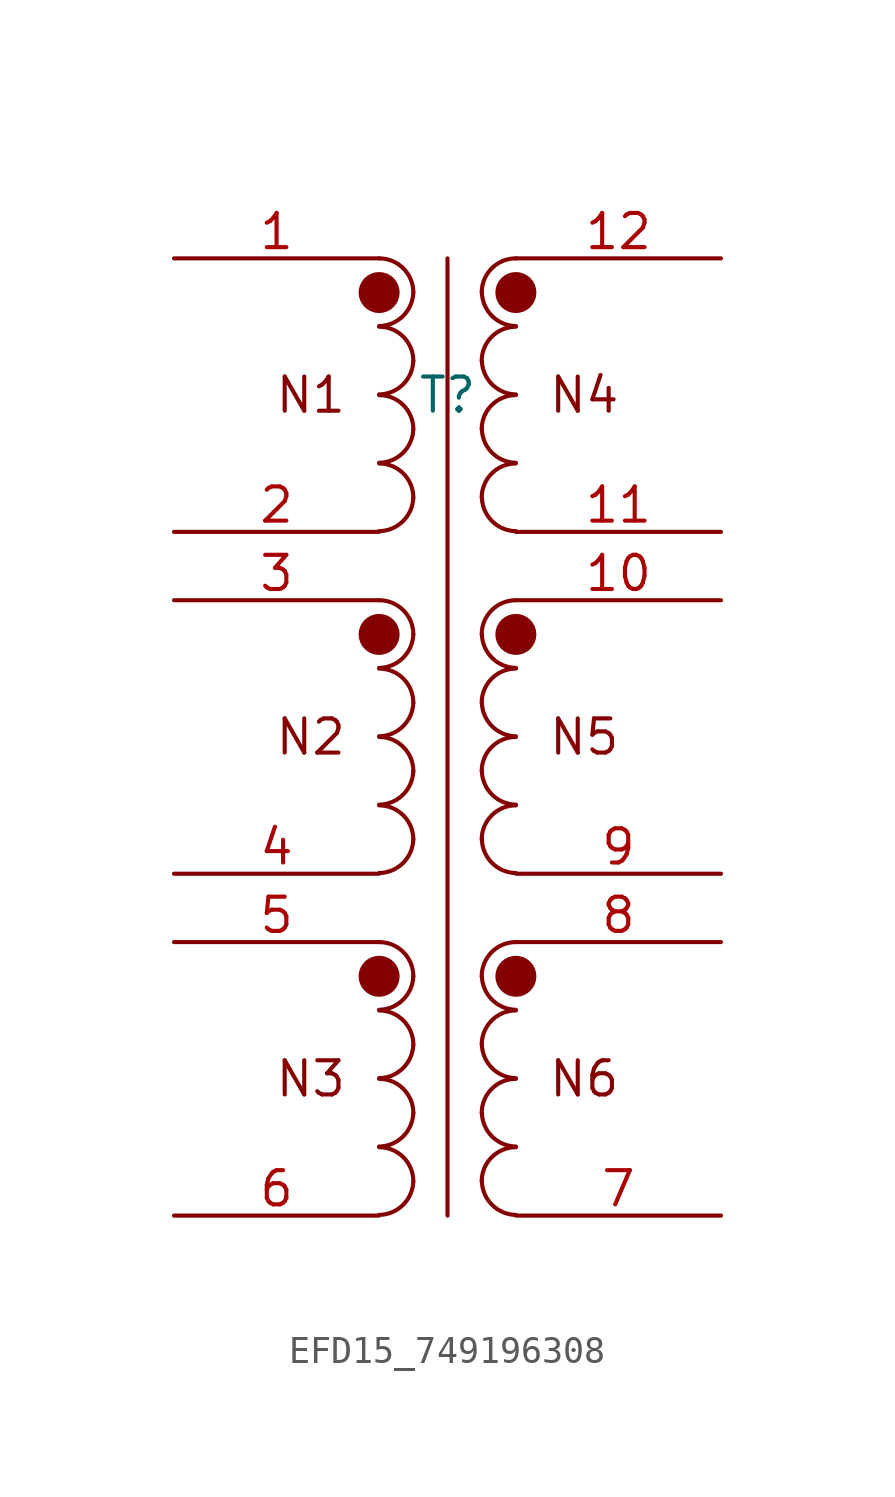
<source format=kicad_sym>
(kicad_symbol_lib
  (version 20220914)
  (generator kicad_symbol_editor)
  (symbol "EFD15_749196308"
    (pin_names hide)
    (property "Reference" "T"
      (at 0 12.7 0)
      (effects (font (size 1.27 1.27))))
    (property "Critical Parameter" ""
      (at 0 -5.08 0)
      (effects (font (size 1.27 1.27)) (justify left)))
    (symbol "EFD15_749196308_0_1"
      (arc (start -2.54 -17.7546) (mid -1.6561 -17.3863) (end -1.27 -16.51) (stroke (width 0) (type default)) (fill (type none)))
      (arc (start -2.54 -15.2146) (mid -1.6561 -14.8463) (end -1.27 -13.97) (stroke (width 0) (type default)) (fill (type none)))
      (arc (start -2.54 -12.6746) (mid -1.6561 -12.3063) (end -1.27 -11.43) (stroke (width 0) (type default)) (fill (type none)))
      (arc (start -2.54 -10.1346) (mid -1.6561 -9.7663) (end -1.27 -8.89) (stroke (width 0) (type default)) (fill (type none)))
      (arc (start -2.54 -5.0546) (mid -1.6561 -4.6863) (end -1.27 -3.81) (stroke (width 0) (type default)) (fill (type none)))
      (arc (start -2.54 -2.5146) (mid -1.6561 -2.1463) (end -1.27 -1.27) (stroke (width 0) (type default)) (fill (type none)))
      (arc (start -2.54 0.0254) (mid -1.6561 0.3937) (end -1.27 1.27) (stroke (width 0) (type default)) (fill (type none)))
      (arc (start -2.54 2.5654) (mid -1.6561 2.9337) (end -1.27 3.81) (stroke (width 0) (type default)) (fill (type none)))
      (arc (start -2.54 7.6454) (mid -1.6561 8.0137) (end -1.27 8.89) (stroke (width 0) (type default)) (fill (type none)))
      (arc (start -2.54 10.1854) (mid -1.6561 10.5537) (end -1.27 11.43) (stroke (width 0) (type default)) (fill (type none)))
      (arc (start -2.54 12.7254) (mid -1.6561 13.0937) (end -1.27 13.97) (stroke (width 0) (type default)) (fill (type none)))
      (arc (start -2.54 15.2654) (mid -1.6561 15.6337) (end -1.27 16.51) (stroke (width 0) (type default)) (fill (type none)))
      (arc (start -1.27 -16.51) (mid -1.642 -15.612) (end -2.54 -15.24) (stroke (width 0) (type default)) (fill (type none)))
      (arc (start -1.27 -13.97) (mid -1.642 -13.072) (end -2.54 -12.7) (stroke (width 0) (type default)) (fill (type none)))
      (arc (start -1.27 -11.43) (mid -1.642 -10.532) (end -2.54 -10.16) (stroke (width 0) (type default)) (fill (type none)))
      (arc (start -1.27 -8.89) (mid -1.642 -7.992) (end -2.54 -7.62) (stroke (width 0) (type default)) (fill (type none)))
      (arc (start -1.27 -3.81) (mid -1.642 -2.912) (end -2.54 -2.54) (stroke (width 0) (type default)) (fill (type none)))
      (arc (start -1.27 -1.27) (mid -1.642 -0.372) (end -2.54 0) (stroke (width 0) (type default)) (fill (type none)))
      (arc (start -1.27 1.27) (mid -1.642 2.168) (end -2.54 2.54) (stroke (width 0) (type default)) (fill (type none)))
      (arc (start -1.27 3.81) (mid -1.642 4.708) (end -2.54 5.08) (stroke (width 0) (type default)) (fill (type none)))
      (arc (start -1.27 8.89) (mid -1.642 9.788) (end -2.54 10.16) (stroke (width 0) (type default)) (fill (type none)))
      (arc (start -1.27 11.43) (mid -1.642 12.328) (end -2.54 12.7) (stroke (width 0) (type default)) (fill (type none)))
      (arc (start -1.27 13.97) (mid -1.642 14.868) (end -2.54 15.24) (stroke (width 0) (type default)) (fill (type none)))
      (arc (start -1.27 16.51) (mid -1.642 17.408) (end -2.54 17.78) (stroke (width 0) (type default)) (fill (type none)))
      (polyline (pts (xy 0 -17.78) (xy 0 17.78)) (stroke (width 0) (type default)) (fill (type none)))
      (arc (start 1.27 -16.51) (mid 1.6561 -17.3863) (end 2.54 -17.7546) (stroke (width 0) (type default)) (fill (type none)))
      (arc (start 1.27 -13.97) (mid 1.6561 -14.8463) (end 2.54 -15.2146) (stroke (width 0) (type default)) (fill (type none)))
      (arc (start 1.27 -11.43) (mid 1.6561 -12.3063) (end 2.54 -12.6746) (stroke (width 0) (type default)) (fill (type none)))
      (arc (start 1.27 -8.89) (mid 1.6561 -9.7663) (end 2.54 -10.1346) (stroke (width 0) (type default)) (fill (type none)))
      (arc (start 1.27 -3.81) (mid 1.6561 -4.6863) (end 2.54 -5.0546) (stroke (width 0) (type default)) (fill (type none)))
      (arc (start 1.27 -1.27) (mid 1.6561 -2.1463) (end 2.54 -2.5146) (stroke (width 0) (type default)) (fill (type none)))
      (arc (start 1.27 1.27) (mid 1.6561 0.3937) (end 2.54 0.0254) (stroke (width 0) (type default)) (fill (type none)))
      (arc (start 1.27 3.81) (mid 1.6561 2.9337) (end 2.54 2.5654) (stroke (width 0) (type default)) (fill (type none)))
      (arc (start 1.27 8.89) (mid 1.6561 8.0137) (end 2.54 7.6454) (stroke (width 0) (type default)) (fill (type none)))
      (arc (start 1.27 11.43) (mid 1.6561 10.5537) (end 2.54 10.1854) (stroke (width 0) (type default)) (fill (type none)))
      (arc (start 1.27 13.97) (mid 1.6561 13.0937) (end 2.54 12.7254) (stroke (width 0) (type default)) (fill (type none)))
      (arc (start 1.27 16.51) (mid 1.6561 15.6337) (end 2.54 15.2654) (stroke (width 0) (type default)) (fill (type none)))
      (arc (start 2.54 -15.24) (mid 1.642 -15.612) (end 1.27 -16.51) (stroke (width 0) (type default)) (fill (type none)))
      (arc (start 2.54 -12.7) (mid 1.642 -13.072) (end 1.27 -13.97) (stroke (width 0) (type default)) (fill (type none)))
      (arc (start 2.54 -10.16) (mid 1.642 -10.532) (end 1.27 -11.43) (stroke (width 0) (type default)) (fill (type none)))
      (arc (start 2.54 -7.62) (mid 1.642 -7.992) (end 1.27 -8.89) (stroke (width 0) (type default)) (fill (type none)))
      (arc (start 2.54 -2.54) (mid 1.642 -2.912) (end 1.27 -3.81) (stroke (width 0) (type default)) (fill (type none)))
      (arc (start 2.54 0) (mid 1.642 -0.372) (end 1.27 -1.27) (stroke (width 0) (type default)) (fill (type none)))
      (arc (start 2.54 2.54) (mid 1.642 2.168) (end 1.27 1.27) (stroke (width 0) (type default)) (fill (type none)))
      (arc (start 2.54 5.08) (mid 1.642 4.708) (end 1.27 3.81) (stroke (width 0) (type default)) (fill (type none)))
      (arc (start 2.54 10.16) (mid 1.642 9.788) (end 1.27 8.89) (stroke (width 0) (type default)) (fill (type none)))
      (arc (start 2.54 12.7) (mid 1.642 12.328) (end 1.27 11.43) (stroke (width 0) (type default)) (fill (type none)))
      (arc (start 2.54 15.24) (mid 1.642 14.868) (end 1.27 13.97) (stroke (width 0) (type default)) (fill (type none)))
      (arc (start 2.54 17.78) (mid 1.642 17.408) (end 1.27 16.51) (stroke (width 0) (type default)) (fill (type none))))
    (symbol "EFD15_749196308_1_1"
      (circle (center -2.54 -8.89) (radius 0.0001) (stroke (width 0.762) (type default)) (fill (type none)))
      (circle (center -2.54 3.81) (radius 0.0001) (stroke (width 0.762) (type default)) (fill (type none)))
      (circle (center -2.54 16.51) (radius 0.0001) (stroke (width 0.762) (type default)) (fill (type none)))
      (circle (center 2.54 -8.89) (radius 0.0001) (stroke (width 0.762) (type default)) (fill (type none)))
      (circle (center 2.54 3.81) (radius 0.0001) (stroke (width 0.762) (type default)) (fill (type none)))
      (circle (center 2.54 16.51) (radius 0.0001) (stroke (width 0.762) (type default)) (fill (type none)))
      (text "N1" (at -5.08 12.7 0) (effects (font (size 1.27 1.27))))
      (text "N2" (at -5.08 0 0) (effects (font (size 1.27 1.27))))
      (text "N3" (at -5.08 -12.7 0) (effects (font (size 1.27 1.27))))
      (text "N4" (at 5.08 12.7 0) (effects (font (size 1.27 1.27))))
      (text "N5" (at 5.08 0 0) (effects (font (size 1.27 1.27))))
      (text "N6" (at 5.08 -12.7 0) (effects (font (size 1.27 1.27))))
      (pin passive line (at -10.16 17.78 0) (length 7.62) (name "1" (effects (font (size 1.27 1.27)))) (number "1" (effects (font (size 1.27 1.27)))))
      (pin passive line (at -10.16 7.62 0) (length 7.62) (name "2" (effects (font (size 1.27 1.27)))) (number "2" (effects (font (size 1.27 1.27)))))
      (pin passive line (at -10.16 5.08 0) (length 7.62) (name "3" (effects (font (size 1.27 1.27)))) (number "3" (effects (font (size 1.27 1.27)))))
      (pin passive line (at -10.16 -5.08 0) (length 7.62) (name "4" (effects (font (size 1.27 1.27)))) (number "4" (effects (font (size 1.27 1.27)))))
      (pin passive line (at -10.16 -7.62 0) (length 7.62) (name "5" (effects (font (size 1.27 1.27)))) (number "5" (effects (font (size 1.27 1.27)))))
      (pin passive line (at -10.16 -17.78 0) (length 7.62) (name "6" (effects (font (size 1.27 1.27)))) (number "6" (effects (font (size 1.27 1.27)))))
      (pin passive line (at 10.16 -17.78 180) (length 7.62) (name "7" (effects (font (size 1.27 1.27)))) (number "7" (effects (font (size 1.27 1.27)))))
      (pin passive line (at 10.16 -7.62 180) (length 7.62) (name "8" (effects (font (size 1.27 1.27)))) (number "8" (effects (font (size 1.27 1.27)))))
      (pin passive line (at 10.16 -5.08 180) (length 7.62) (name "9" (effects (font (size 1.27 1.27)))) (number "9" (effects (font (size 1.27 1.27)))))
      (pin passive line (at 10.16 5.08 180) (length 7.62) (name "10" (effects (font (size 1.27 1.27)))) (number "10" (effects (font (size 1.27 1.27)))))
      (pin passive line (at 10.16 7.62 180) (length 7.62) (name "11" (effects (font (size 1.27 1.27)))) (number "11" (effects (font (size 1.27 1.27)))))
      (pin passive line (at 10.16 17.78 180) (length 7.62) (name "12" (effects (font (size 1.27 1.27)))) (number "12" (effects (font (size 1.27 1.27))))))))
</source>
